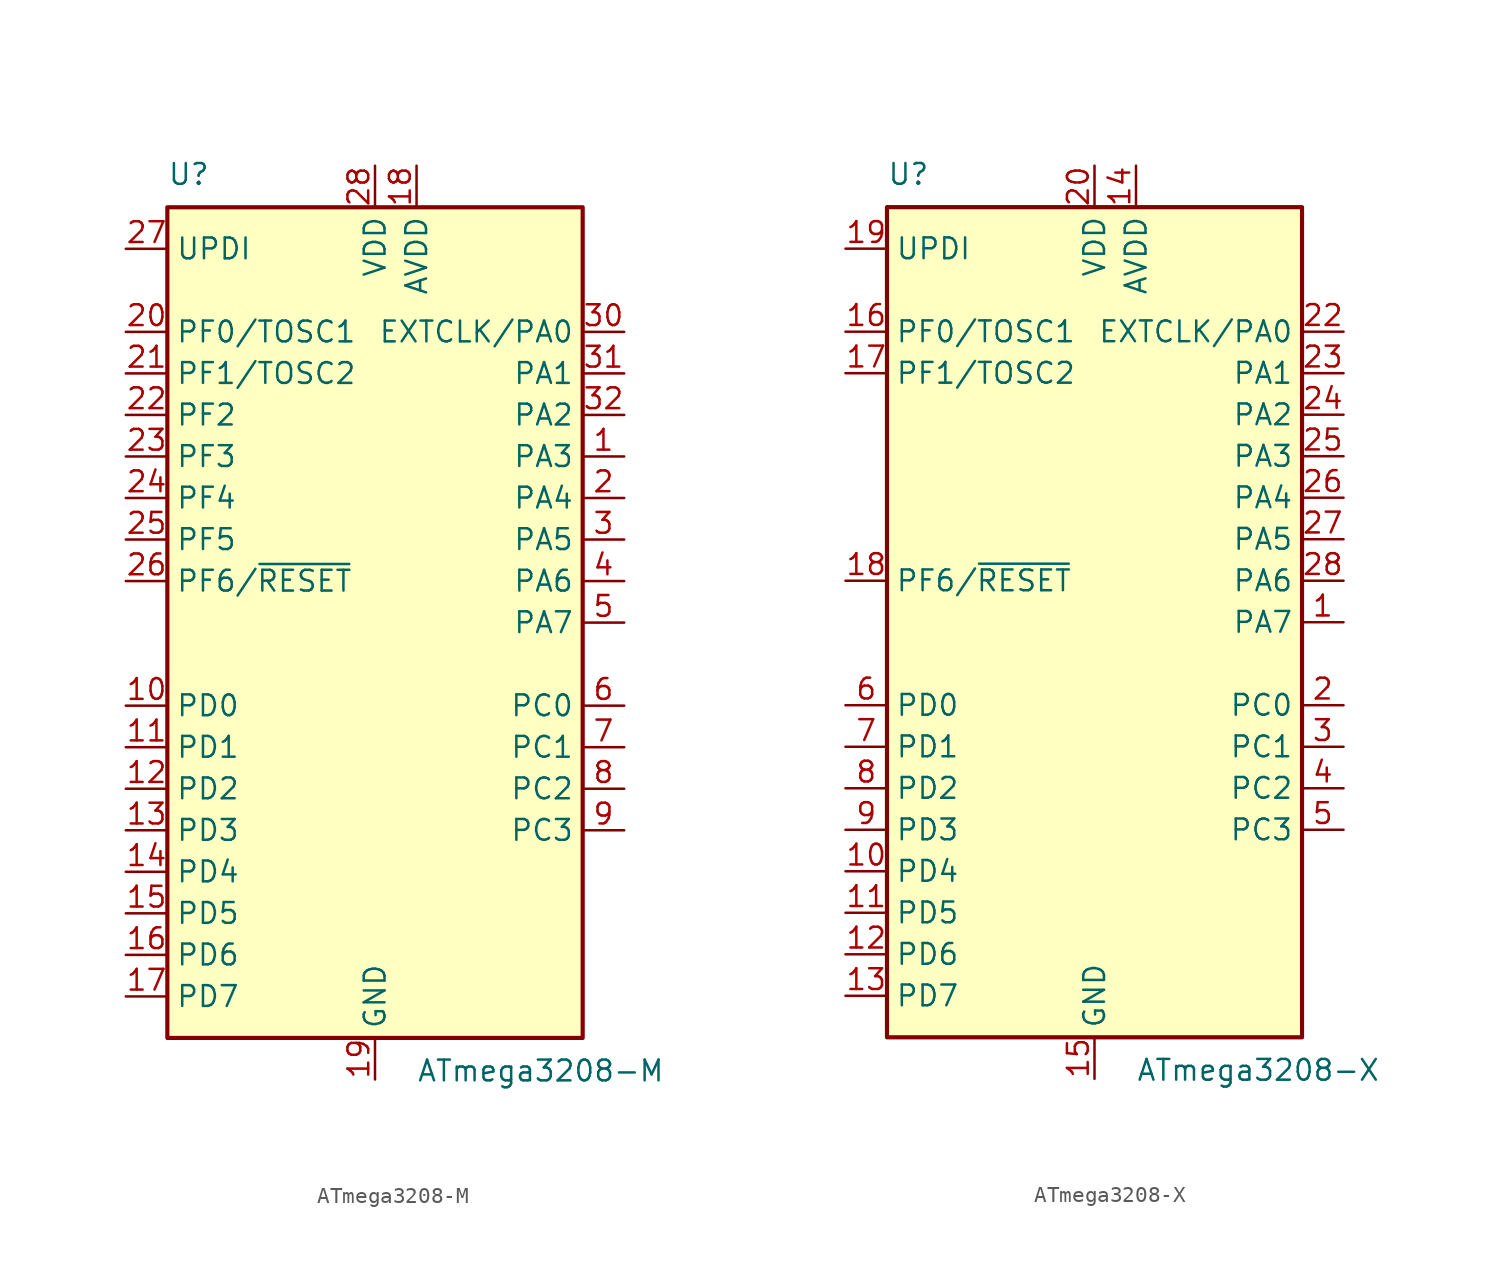
<source format=kicad_sym>
(kicad_symbol_lib
  (version 20211014)
  (generator kicad_symbol_editor)
  (symbol "ATmega3208-M"
    (property "Reference" "U"
      (at -12.7 26.67 0)
      (effects (font (size 1.27 1.27)) (justify left bottom)))
    (property "Value" "ATmega3208-M"
      (at 2.54 -26.67 0)
      (effects (font (size 1.27 1.27)) (justify left top)))
    (symbol "ATmega3208-M_0_1"
      (rectangle (start -12.7 -25.4) (end 12.7 25.4) (stroke (width 0.254) (type default) (color 0 0 0 0)) (fill (type background))))
    (symbol "ATmega3208-M_1_1"
      (pin bidirectional line (at 15.24 10.16 180) (length 2.54) (name "PA3" (effects (font (size 1.27 1.27)))) (number "1" (effects (font (size 1.27 1.27)))))
      (pin bidirectional line (at -15.24 -5.08 0) (length 2.54) (name "PD0" (effects (font (size 1.27 1.27)))) (number "10" (effects (font (size 1.27 1.27)))))
      (pin bidirectional line (at -15.24 -7.62 0) (length 2.54) (name "PD1" (effects (font (size 1.27 1.27)))) (number "11" (effects (font (size 1.27 1.27)))))
      (pin bidirectional line (at -15.24 -10.16 0) (length 2.54) (name "PD2" (effects (font (size 1.27 1.27)))) (number "12" (effects (font (size 1.27 1.27)))))
      (pin bidirectional line (at -15.24 -12.7 0) (length 2.54) (name "PD3" (effects (font (size 1.27 1.27)))) (number "13" (effects (font (size 1.27 1.27)))))
      (pin bidirectional line (at -15.24 -15.24 0) (length 2.54) (name "PD4" (effects (font (size 1.27 1.27)))) (number "14" (effects (font (size 1.27 1.27)))))
      (pin bidirectional line (at -15.24 -17.78 0) (length 2.54) (name "PD5" (effects (font (size 1.27 1.27)))) (number "15" (effects (font (size 1.27 1.27)))))
      (pin bidirectional line (at -15.24 -20.32 0) (length 2.54) (name "PD6" (effects (font (size 1.27 1.27)))) (number "16" (effects (font (size 1.27 1.27)))))
      (pin bidirectional line (at -15.24 -22.86 0) (length 2.54) (name "PD7" (effects (font (size 1.27 1.27)))) (number "17" (effects (font (size 1.27 1.27)))))
      (pin power_in line (at 2.54 27.94 270) (length 2.54) (name "AVDD" (effects (font (size 1.27 1.27)))) (number "18" (effects (font (size 1.27 1.27)))))
      (pin power_in line (at 0 -27.94 90) (length 2.54) (name "GND" (effects (font (size 1.27 1.27)))) (number "19" (effects (font (size 1.27 1.27)))))
      (pin bidirectional line (at 15.24 7.62 180) (length 2.54) (name "PA4" (effects (font (size 1.27 1.27)))) (number "2" (effects (font (size 1.27 1.27)))))
      (pin bidirectional line (at -15.24 17.78 0) (length 2.54) (name "PF0/TOSC1" (effects (font (size 1.27 1.27)))) (number "20" (effects (font (size 1.27 1.27)))))
      (pin bidirectional line (at -15.24 15.24 0) (length 2.54) (name "PF1/TOSC2" (effects (font (size 1.27 1.27)))) (number "21" (effects (font (size 1.27 1.27)))))
      (pin bidirectional line (at -15.24 12.7 0) (length 2.54) (name "PF2" (effects (font (size 1.27 1.27)))) (number "22" (effects (font (size 1.27 1.27)))))
      (pin bidirectional line (at -15.24 10.16 0) (length 2.54) (name "PF3" (effects (font (size 1.27 1.27)))) (number "23" (effects (font (size 1.27 1.27)))))
      (pin bidirectional line (at -15.24 7.62 0) (length 2.54) (name "PF4" (effects (font (size 1.27 1.27)))) (number "24" (effects (font (size 1.27 1.27)))))
      (pin bidirectional line (at -15.24 5.08 0) (length 2.54) (name "PF5" (effects (font (size 1.27 1.27)))) (number "25" (effects (font (size 1.27 1.27)))))
      (pin bidirectional line (at -15.24 2.54 0) (length 2.54) (name "PF6/~{RESET}" (effects (font (size 1.27 1.27)))) (number "26" (effects (font (size 1.27 1.27)))))
      (pin bidirectional line (at -15.24 22.86 0) (length 2.54) (name "UPDI" (effects (font (size 1.27 1.27)))) (number "27" (effects (font (size 1.27 1.27)))))
      (pin power_in line (at 0 27.94 270) (length 2.54) (name "VDD" (effects (font (size 1.27 1.27)))) (number "28" (effects (font (size 1.27 1.27)))))
      (pin passive line (at 0 -27.94 90) (length 2.54) hide (name "GND" (effects (font (size 1.27 1.27)))) (number "29" (effects (font (size 1.27 1.27)))))
      (pin bidirectional line (at 15.24 5.08 180) (length 2.54) (name "PA5" (effects (font (size 1.27 1.27)))) (number "3" (effects (font (size 1.27 1.27)))))
      (pin bidirectional line (at 15.24 17.78 180) (length 2.54) (name "EXTCLK/PA0" (effects (font (size 1.27 1.27)))) (number "30" (effects (font (size 1.27 1.27)))))
      (pin bidirectional line (at 15.24 15.24 180) (length 2.54) (name "PA1" (effects (font (size 1.27 1.27)))) (number "31" (effects (font (size 1.27 1.27)))))
      (pin bidirectional line (at 15.24 12.7 180) (length 2.54) (name "PA2" (effects (font (size 1.27 1.27)))) (number "32" (effects (font (size 1.27 1.27)))))
      (pin passive line (at 0 -27.94 90) (length 2.54) hide (name "GND" (effects (font (size 1.27 1.27)))) (number "33" (effects (font (size 1.27 1.27)))))
      (pin bidirectional line (at 15.24 2.54 180) (length 2.54) (name "PA6" (effects (font (size 1.27 1.27)))) (number "4" (effects (font (size 1.27 1.27)))))
      (pin bidirectional line (at 15.24 0 180) (length 2.54) (name "PA7" (effects (font (size 1.27 1.27)))) (number "5" (effects (font (size 1.27 1.27)))))
      (pin bidirectional line (at 15.24 -5.08 180) (length 2.54) (name "PC0" (effects (font (size 1.27 1.27)))) (number "6" (effects (font (size 1.27 1.27)))))
      (pin bidirectional line (at 15.24 -7.62 180) (length 2.54) (name "PC1" (effects (font (size 1.27 1.27)))) (number "7" (effects (font (size 1.27 1.27)))))
      (pin bidirectional line (at 15.24 -10.16 180) (length 2.54) (name "PC2" (effects (font (size 1.27 1.27)))) (number "8" (effects (font (size 1.27 1.27)))))
      (pin bidirectional line (at 15.24 -12.7 180) (length 2.54) (name "PC3" (effects (font (size 1.27 1.27)))) (number "9" (effects (font (size 1.27 1.27)))))))
  (symbol "ATmega3208-X"
    (property "Reference" "U"
      (at -12.7 26.67 0)
      (effects (font (size 1.27 1.27)) (justify left bottom)))
    (property "Value" "ATmega3208-X"
      (at 2.54 -26.67 0)
      (effects (font (size 1.27 1.27)) (justify left top)))
    (symbol "ATmega3208-X_0_1"
      (rectangle (start -12.7 -25.4) (end 12.7 25.4) (stroke (width 0.254) (type default) (color 0 0 0 0)) (fill (type background))))
    (symbol "ATmega3208-X_1_1"
      (pin bidirectional line (at 15.24 0 180) (length 2.54) (name "PA7" (effects (font (size 1.27 1.27)))) (number "1" (effects (font (size 1.27 1.27)))))
      (pin bidirectional line (at -15.24 -15.24 0) (length 2.54) (name "PD4" (effects (font (size 1.27 1.27)))) (number "10" (effects (font (size 1.27 1.27)))))
      (pin bidirectional line (at -15.24 -17.78 0) (length 2.54) (name "PD5" (effects (font (size 1.27 1.27)))) (number "11" (effects (font (size 1.27 1.27)))))
      (pin bidirectional line (at -15.24 -20.32 0) (length 2.54) (name "PD6" (effects (font (size 1.27 1.27)))) (number "12" (effects (font (size 1.27 1.27)))))
      (pin bidirectional line (at -15.24 -22.86 0) (length 2.54) (name "PD7" (effects (font (size 1.27 1.27)))) (number "13" (effects (font (size 1.27 1.27)))))
      (pin power_in line (at 2.54 27.94 270) (length 2.54) (name "AVDD" (effects (font (size 1.27 1.27)))) (number "14" (effects (font (size 1.27 1.27)))))
      (pin power_in line (at 0 -27.94 90) (length 2.54) (name "GND" (effects (font (size 1.27 1.27)))) (number "15" (effects (font (size 1.27 1.27)))))
      (pin bidirectional line (at -15.24 17.78 0) (length 2.54) (name "PF0/TOSC1" (effects (font (size 1.27 1.27)))) (number "16" (effects (font (size 1.27 1.27)))))
      (pin bidirectional line (at -15.24 15.24 0) (length 2.54) (name "PF1/TOSC2" (effects (font (size 1.27 1.27)))) (number "17" (effects (font (size 1.27 1.27)))))
      (pin bidirectional line (at -15.24 2.54 0) (length 2.54) (name "PF6/~{RESET}" (effects (font (size 1.27 1.27)))) (number "18" (effects (font (size 1.27 1.27)))))
      (pin bidirectional line (at -15.24 22.86 0) (length 2.54) (name "UPDI" (effects (font (size 1.27 1.27)))) (number "19" (effects (font (size 1.27 1.27)))))
      (pin bidirectional line (at 15.24 -5.08 180) (length 2.54) (name "PC0" (effects (font (size 1.27 1.27)))) (number "2" (effects (font (size 1.27 1.27)))))
      (pin power_in line (at 0 27.94 270) (length 2.54) (name "VDD" (effects (font (size 1.27 1.27)))) (number "20" (effects (font (size 1.27 1.27)))))
      (pin passive line (at 0 -27.94 90) (length 2.54) hide (name "GND" (effects (font (size 1.27 1.27)))) (number "21" (effects (font (size 1.27 1.27)))))
      (pin bidirectional line (at 15.24 17.78 180) (length 2.54) (name "EXTCLK/PA0" (effects (font (size 1.27 1.27)))) (number "22" (effects (font (size 1.27 1.27)))))
      (pin bidirectional line (at 15.24 15.24 180) (length 2.54) (name "PA1" (effects (font (size 1.27 1.27)))) (number "23" (effects (font (size 1.27 1.27)))))
      (pin bidirectional line (at 15.24 12.7 180) (length 2.54) (name "PA2" (effects (font (size 1.27 1.27)))) (number "24" (effects (font (size 1.27 1.27)))))
      (pin bidirectional line (at 15.24 10.16 180) (length 2.54) (name "PA3" (effects (font (size 1.27 1.27)))) (number "25" (effects (font (size 1.27 1.27)))))
      (pin bidirectional line (at 15.24 7.62 180) (length 2.54) (name "PA4" (effects (font (size 1.27 1.27)))) (number "26" (effects (font (size 1.27 1.27)))))
      (pin bidirectional line (at 15.24 5.08 180) (length 2.54) (name "PA5" (effects (font (size 1.27 1.27)))) (number "27" (effects (font (size 1.27 1.27)))))
      (pin bidirectional line (at 15.24 2.54 180) (length 2.54) (name "PA6" (effects (font (size 1.27 1.27)))) (number "28" (effects (font (size 1.27 1.27)))))
      (pin bidirectional line (at 15.24 -7.62 180) (length 2.54) (name "PC1" (effects (font (size 1.27 1.27)))) (number "3" (effects (font (size 1.27 1.27)))))
      (pin bidirectional line (at 15.24 -10.16 180) (length 2.54) (name "PC2" (effects (font (size 1.27 1.27)))) (number "4" (effects (font (size 1.27 1.27)))))
      (pin bidirectional line (at 15.24 -12.7 180) (length 2.54) (name "PC3" (effects (font (size 1.27 1.27)))) (number "5" (effects (font (size 1.27 1.27)))))
      (pin bidirectional line (at -15.24 -5.08 0) (length 2.54) (name "PD0" (effects (font (size 1.27 1.27)))) (number "6" (effects (font (size 1.27 1.27)))))
      (pin bidirectional line (at -15.24 -7.62 0) (length 2.54) (name "PD1" (effects (font (size 1.27 1.27)))) (number "7" (effects (font (size 1.27 1.27)))))
      (pin bidirectional line (at -15.24 -10.16 0) (length 2.54) (name "PD2" (effects (font (size 1.27 1.27)))) (number "8" (effects (font (size 1.27 1.27)))))
      (pin bidirectional line (at -15.24 -12.7 0) (length 2.54) (name "PD3" (effects (font (size 1.27 1.27)))) (number "9" (effects (font (size 1.27 1.27))))))))
</source>
